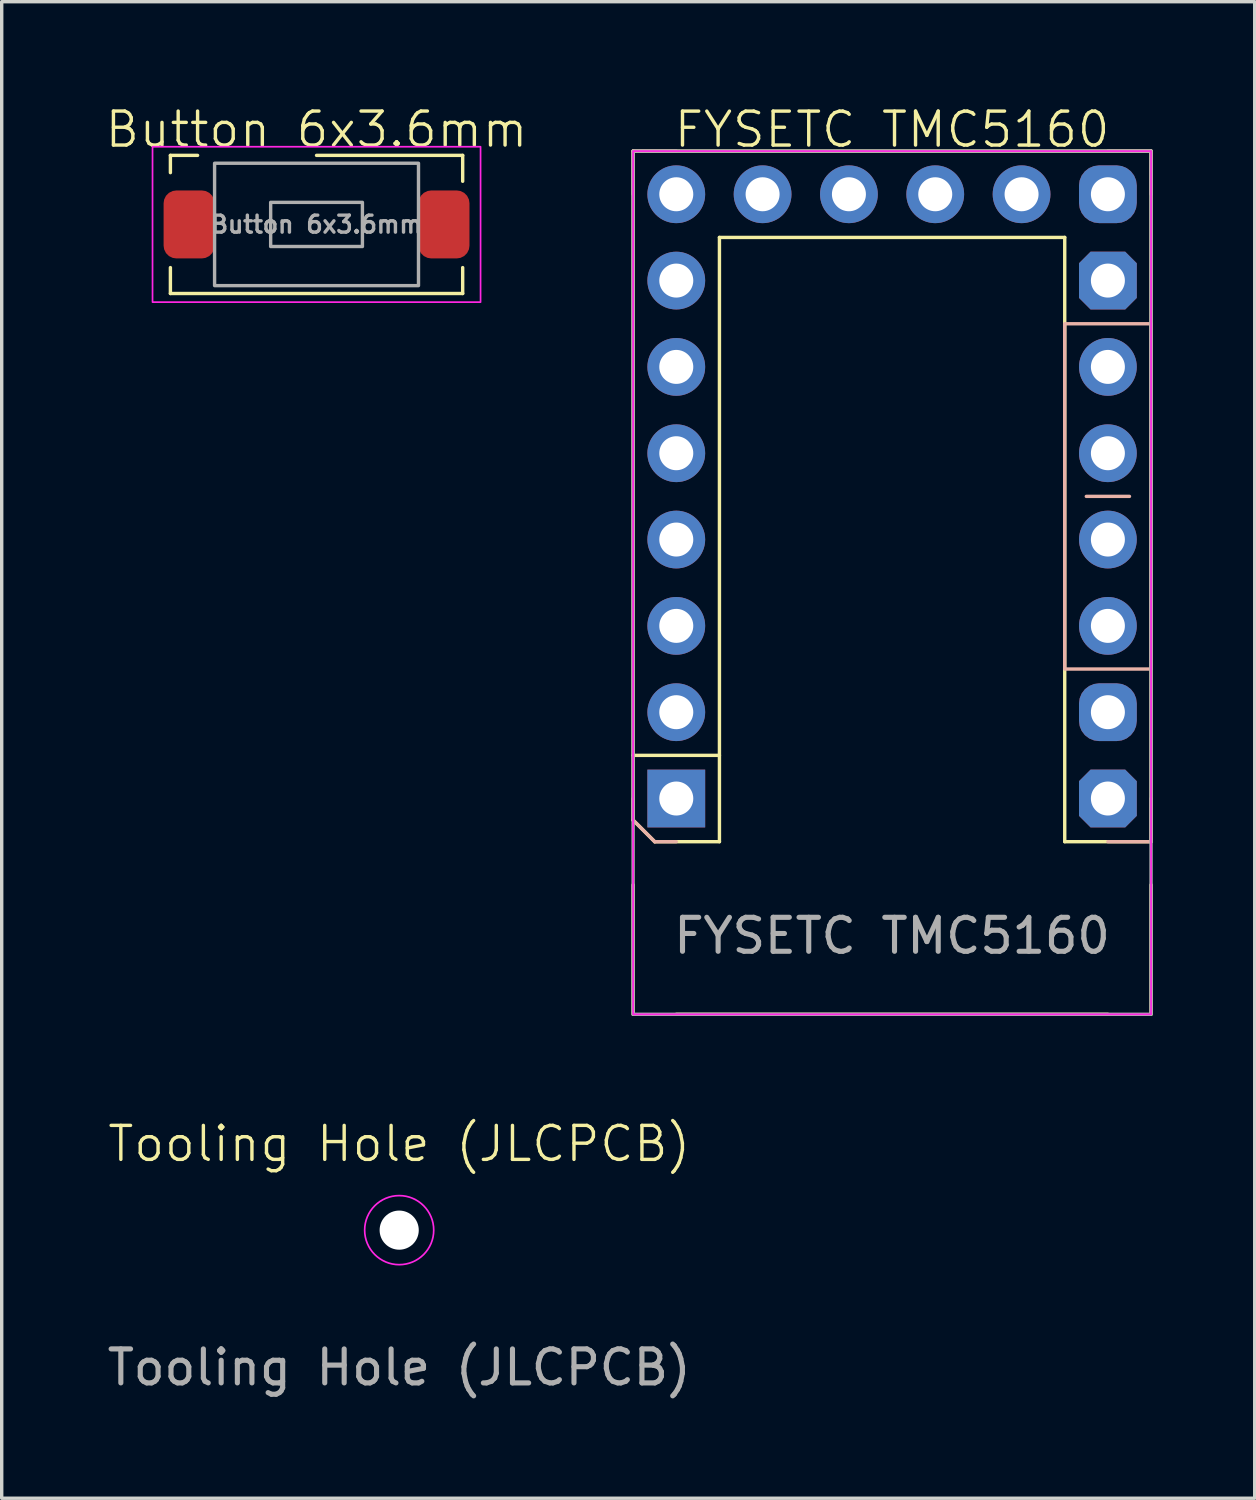
<source format=kicad_pcb>
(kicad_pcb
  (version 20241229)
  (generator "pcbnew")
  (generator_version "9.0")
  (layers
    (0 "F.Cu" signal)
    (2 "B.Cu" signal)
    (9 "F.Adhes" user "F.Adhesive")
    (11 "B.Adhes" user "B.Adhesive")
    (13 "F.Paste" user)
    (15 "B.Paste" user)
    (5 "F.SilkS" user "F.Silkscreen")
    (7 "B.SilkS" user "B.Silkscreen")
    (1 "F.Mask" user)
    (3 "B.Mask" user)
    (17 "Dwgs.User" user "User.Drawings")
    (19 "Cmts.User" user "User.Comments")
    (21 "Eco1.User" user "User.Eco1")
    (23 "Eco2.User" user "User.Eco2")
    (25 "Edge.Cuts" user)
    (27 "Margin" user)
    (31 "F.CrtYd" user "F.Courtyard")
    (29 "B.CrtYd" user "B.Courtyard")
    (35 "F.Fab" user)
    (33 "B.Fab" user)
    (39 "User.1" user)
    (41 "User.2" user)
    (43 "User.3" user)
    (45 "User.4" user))
  (footprint "FYSETC TMC5160"
    (layer "F.Cu")
    (at 16.849 2.666)
    (property "Reference" "FYSETC TMC5160" (at 6.35 -1.905 0) (unlocked yes) (layer "F.SilkS") (effects (font (size 1 1) (thickness 0.1))))
    (attr through_hole)
    (fp_line (start -1.27 -1.27) (end 13.97 -1.27) (stroke (width 0.1) (type default)) (layer "F.SilkS"))
    (fp_line (start -1.27 16.51) (end 1.27 16.51) (stroke (width 0.1) (type default)) (layer "F.SilkS"))
    (fp_line (start -1.27 18.415) (end -1.27 -1.27) (stroke (width 0.1) (type default)) (layer "F.SilkS"))
    (fp_line (start -1.27 18.415) (end -0.635 19.05) (stroke (width 0.1) (type default)) (layer "F.SilkS"))
    (fp_line (start -1.27 24.13) (end -1.27 20.32) (stroke (width 0.1) (type default)) (layer "F.SilkS"))
    (fp_line (start 0 24.13) (end 12.7 24.13) (stroke (width 0.1) (type default)) (layer "F.SilkS"))
    (fp_line (start 1.27 1.27) (end 1.27 19.05) (stroke (width 0.1) (type default)) (layer "F.SilkS"))
    (fp_line (start 1.27 19.05) (end -0.635 19.05) (stroke (width 0.1) (type default)) (layer "F.SilkS"))
    (fp_line (start 11.43 1.27) (end 1.27 1.27) (stroke (width 0.1) (type default)) (layer "F.SilkS"))
    (fp_line (start 11.43 19.05) (end 11.43 1.27) (stroke (width 0.1) (type default)) (layer "F.SilkS"))
    (fp_line (start 13.97 -1.27) (end 13.97 19.05) (stroke (width 0.1) (type default)) (layer "F.SilkS"))
    (fp_line (start 13.97 19.05) (end 11.43 19.05) (stroke (width 0.1) (type default)) (layer "F.SilkS"))
    (fp_line (start 13.97 24.13) (end 13.97 20.32) (stroke (width 0.1) (type default)) (layer "F.SilkS"))
    (fp_line (start -1.27 -1.27) (end -1.27 0) (stroke (width 0.1) (type default)) (layer "B.SilkS"))
    (fp_line (start -1.27 17.78) (end -1.27 18.415) (stroke (width 0.1) (type default)) (layer "B.SilkS"))
    (fp_line (start -1.27 18.415) (end -0.635 19.05) (stroke (width 0.1) (type default)) (layer "B.SilkS"))
    (fp_line (start -0.635 19.05) (end 0 19.05) (stroke (width 0.1) (type default)) (layer "B.SilkS"))
    (fp_line (start 0 -1.27) (end -1.27 -1.27) (stroke (width 0.1) (type default)) (layer "B.SilkS"))
    (fp_line (start 12.065 8.89) (end 13.335 8.89) (stroke (width 0.1) (type default)) (layer "B.SilkS"))
    (fp_line (start 12.7 19.05) (end 13.97 19.05) (stroke (width 0.1) (type default)) (layer "B.SilkS"))
    (fp_line (start 13.97 -1.27) (end 12.7 -1.27) (stroke (width 0.1) (type default)) (layer "B.SilkS"))
    (fp_line (start 13.97 0) (end 13.97 -1.27) (stroke (width 0.1) (type default)) (layer "B.SilkS"))
    (fp_line (start 13.97 19.05) (end 13.97 17.78) (stroke (width 0.1) (type default)) (layer "B.SilkS"))
    (fp_rect (start 11.43 3.81) (end 13.97 13.97) (stroke (width 0.1) (type default)) (fill no) (layer "B.SilkS"))
    (fp_rect (start -1.27 -1.27) (end 13.97 24.13) (stroke (width 0.05) (type default)) (fill no) (layer "F.CrtYd"))
    (fp_rect (start -1.27 -1.27) (end 13.97 24.13) (stroke (width 0.1) (type default)) (fill no) (layer "F.Fab"))
    (fp_text user "${REFERENCE}" (at 6.35 21.82 0) (unlocked yes) (layer "F.Fab") (effects (font (size 1 1) (thickness 0.15))))
    (pad "1" thru_hole rect (at 0 17.78) (size 1.7 1.7) (drill 1) (layers "*.Cu" "*.Mask"))
    (pad "2" thru_hole circle (at 0 15.24) (size 1.7 1.7) (drill 1) (layers "*.Cu" "*.Mask"))
    (pad "3" thru_hole circle (at 0 12.7) (size 1.7 1.7) (drill 1) (layers "*.Cu" "*.Mask"))
    (pad "4" thru_hole circle (at 0 10.16) (size 1.7 1.7) (drill 1) (layers "*.Cu" "*.Mask"))
    (pad "5" thru_hole circle (at 0 7.62) (size 1.7 1.7) (drill 1) (layers "*.Cu" "*.Mask"))
    (pad "6" thru_hole circle (at 0 5.08) (size 1.7 1.7) (drill 1) (layers "*.Cu" "*.Mask"))
    (pad "7" thru_hole circle (at 0 2.54) (size 1.7 1.7) (drill 1) (layers "*.Cu" "*.Mask"))
    (pad "8" thru_hole circle (at 0 0) (size 1.7 1.7) (drill 1) (layers "*.Cu" "*.Mask"))
    (pad "9" thru_hole circle (at 2.54 0) (size 1.7 1.7) (drill 1) (layers "*.Cu" "*.Mask"))
    (pad "10" thru_hole circle (at 5.08 0) (size 1.7 1.7) (drill 1) (layers "*.Cu" "*.Mask"))
    (pad "11" thru_hole circle (at 7.62 0) (size 1.7 1.7) (drill 1) (layers "*.Cu" "*.Mask"))
    (pad "12" thru_hole circle (at 10.16 0) (size 1.7 1.7) (drill 1) (layers "*.Cu" "*.Mask"))
    (pad "13" thru_hole roundrect (at 12.7 0) (size 1.7 1.7) (drill 1) (layers "*.Cu" "*.Mask") (roundrect_rratio 0.35))
    (pad "14" thru_hole roundrect (at 12.7 2.54) (size 1.7 1.7) (drill 1) (layers "*.Cu" "*.Mask") (roundrect_rratio 0) (chamfer_ratio 0.2) (chamfer top_left top_right bottom_left bottom_right))
    (pad "15" thru_hole circle (at 12.7 5.08) (size 1.7 1.7) (drill 1) (layers "*.Cu" "*.Mask"))
    (pad "16" thru_hole circle (at 12.7 7.62) (size 1.7 1.7) (drill 1) (layers "*.Cu" "*.Mask"))
    (pad "17" thru_hole circle (at 12.7 10.16) (size 1.7 1.7) (drill 1) (layers "*.Cu" "*.Mask"))
    (pad "18" thru_hole circle (at 12.7 12.7) (size 1.7 1.7) (drill 1) (layers "*.Cu" "*.Mask"))
    (pad "19" thru_hole roundrect (at 12.7 15.24) (size 1.7 1.7) (drill 1) (layers "*.Cu" "*.Mask") (roundrect_rratio 0.35))
    (pad "20" thru_hole roundrect (at 12.7 17.78) (size 1.7 1.7) (drill 1) (layers "*.Cu" "*.Mask") (roundrect_rratio 0) (chamfer_ratio 0.2) (chamfer top_left top_right bottom_left bottom_right)))
  (footprint "Tooling Hole (JLCPCB)"
    (layer "F.Cu")
    (at 8.696 33.146)
    (property "Reference" "Tooling Hole (JLCPCB)" (at 0 -2.54 0) (unlocked yes) (layer "F.SilkS") (effects (font (size 1 1) (thickness 0.1))))
    (fp_circle (center 0 0) (end 1.016 0) (stroke (width 0.05) (type default)) (fill no) (layer "F.CrtYd"))
    (fp_text user "${REFERENCE}" (at 0 4.04 0) (unlocked yes) (layer "F.Fab") (effects (font (size 1 1) (thickness 0.15))))
    (pad "" np_thru_hole circle (at 0 0) (size 1.152 1.152) (drill 1.152) (layers "*.Cu" "*.Mask")))
  (footprint "Button 6x3.6mm"
    (layer "F.Cu")
    (at 6.264 3.554)
    (property "Reference" "Button 6x3.6mm" (at 0 -2.794 0) (unlocked yes) (layer "F.SilkS") (effects (font (size 1 1) (thickness 0.1))))
    (attr smd)
    (fp_line (start -4.3 -2.032) (end -4.3 -1.524) (stroke (width 0.1) (type default)) (layer "F.SilkS"))
    (fp_line (start -4.3 -2.032) (end -3.5 -2.032) (stroke (width 0.1) (type default)) (layer "F.SilkS"))
    (fp_line (start -4.3 1.27) (end -4.3 2.032) (stroke (width 0.1) (type default)) (layer "F.SilkS"))
    (fp_line (start -4.3 2.032) (end 4.3 2.032) (stroke (width 0.1) (type default)) (layer "F.SilkS"))
    (fp_line (start 4.3 -2.032) (end 0 -2.032) (stroke (width 0.1) (type default)) (layer "F.SilkS"))
    (fp_line (start 4.3 -1.27) (end 4.3 -2.032) (stroke (width 0.1) (type default)) (layer "F.SilkS"))
    (fp_line (start 4.3 2.032) (end 4.3 1.27) (stroke (width 0.1) (type default)) (layer "F.SilkS"))
    (fp_rect (start -4.826 -2.286) (end 4.826 2.286) (stroke (width 0.05) (type default)) (fill no) (layer "F.CrtYd"))
    (fp_rect (start -3 -1.8) (end 3 1.8) (stroke (width 0.1) (type default)) (fill no) (layer "F.Fab"))
    (fp_rect (start -1.35 -0.65) (end 1.35 0.65) (stroke (width 0.1) (type default)) (fill no) (layer "F.Fab"))
    (fp_text user "${REFERENCE}" (at 0 0 0) (unlocked yes) (layer "F.Fab") (effects (font (size 0.5 0.5) (thickness 0.1) (bold yes))))
    (pad "1" smd roundrect (at -3.75 0) (size 1.5 2) (layers "F.Cu" "F.Mask" "F.Paste") (roundrect_rratio 0.25))
    (pad "2" smd roundrect (at 3.75 0) (size 1.5 2) (layers "F.Cu" "F.Mask" "F.Paste") (roundrect_rratio 0.25)))
  (gr_rect
    (start -3 -3)
    (end 33.869 41.034)
    (stroke (width 0.1) (type default))
    (fill no)
    (layer "Edge.Cuts")))
</source>
